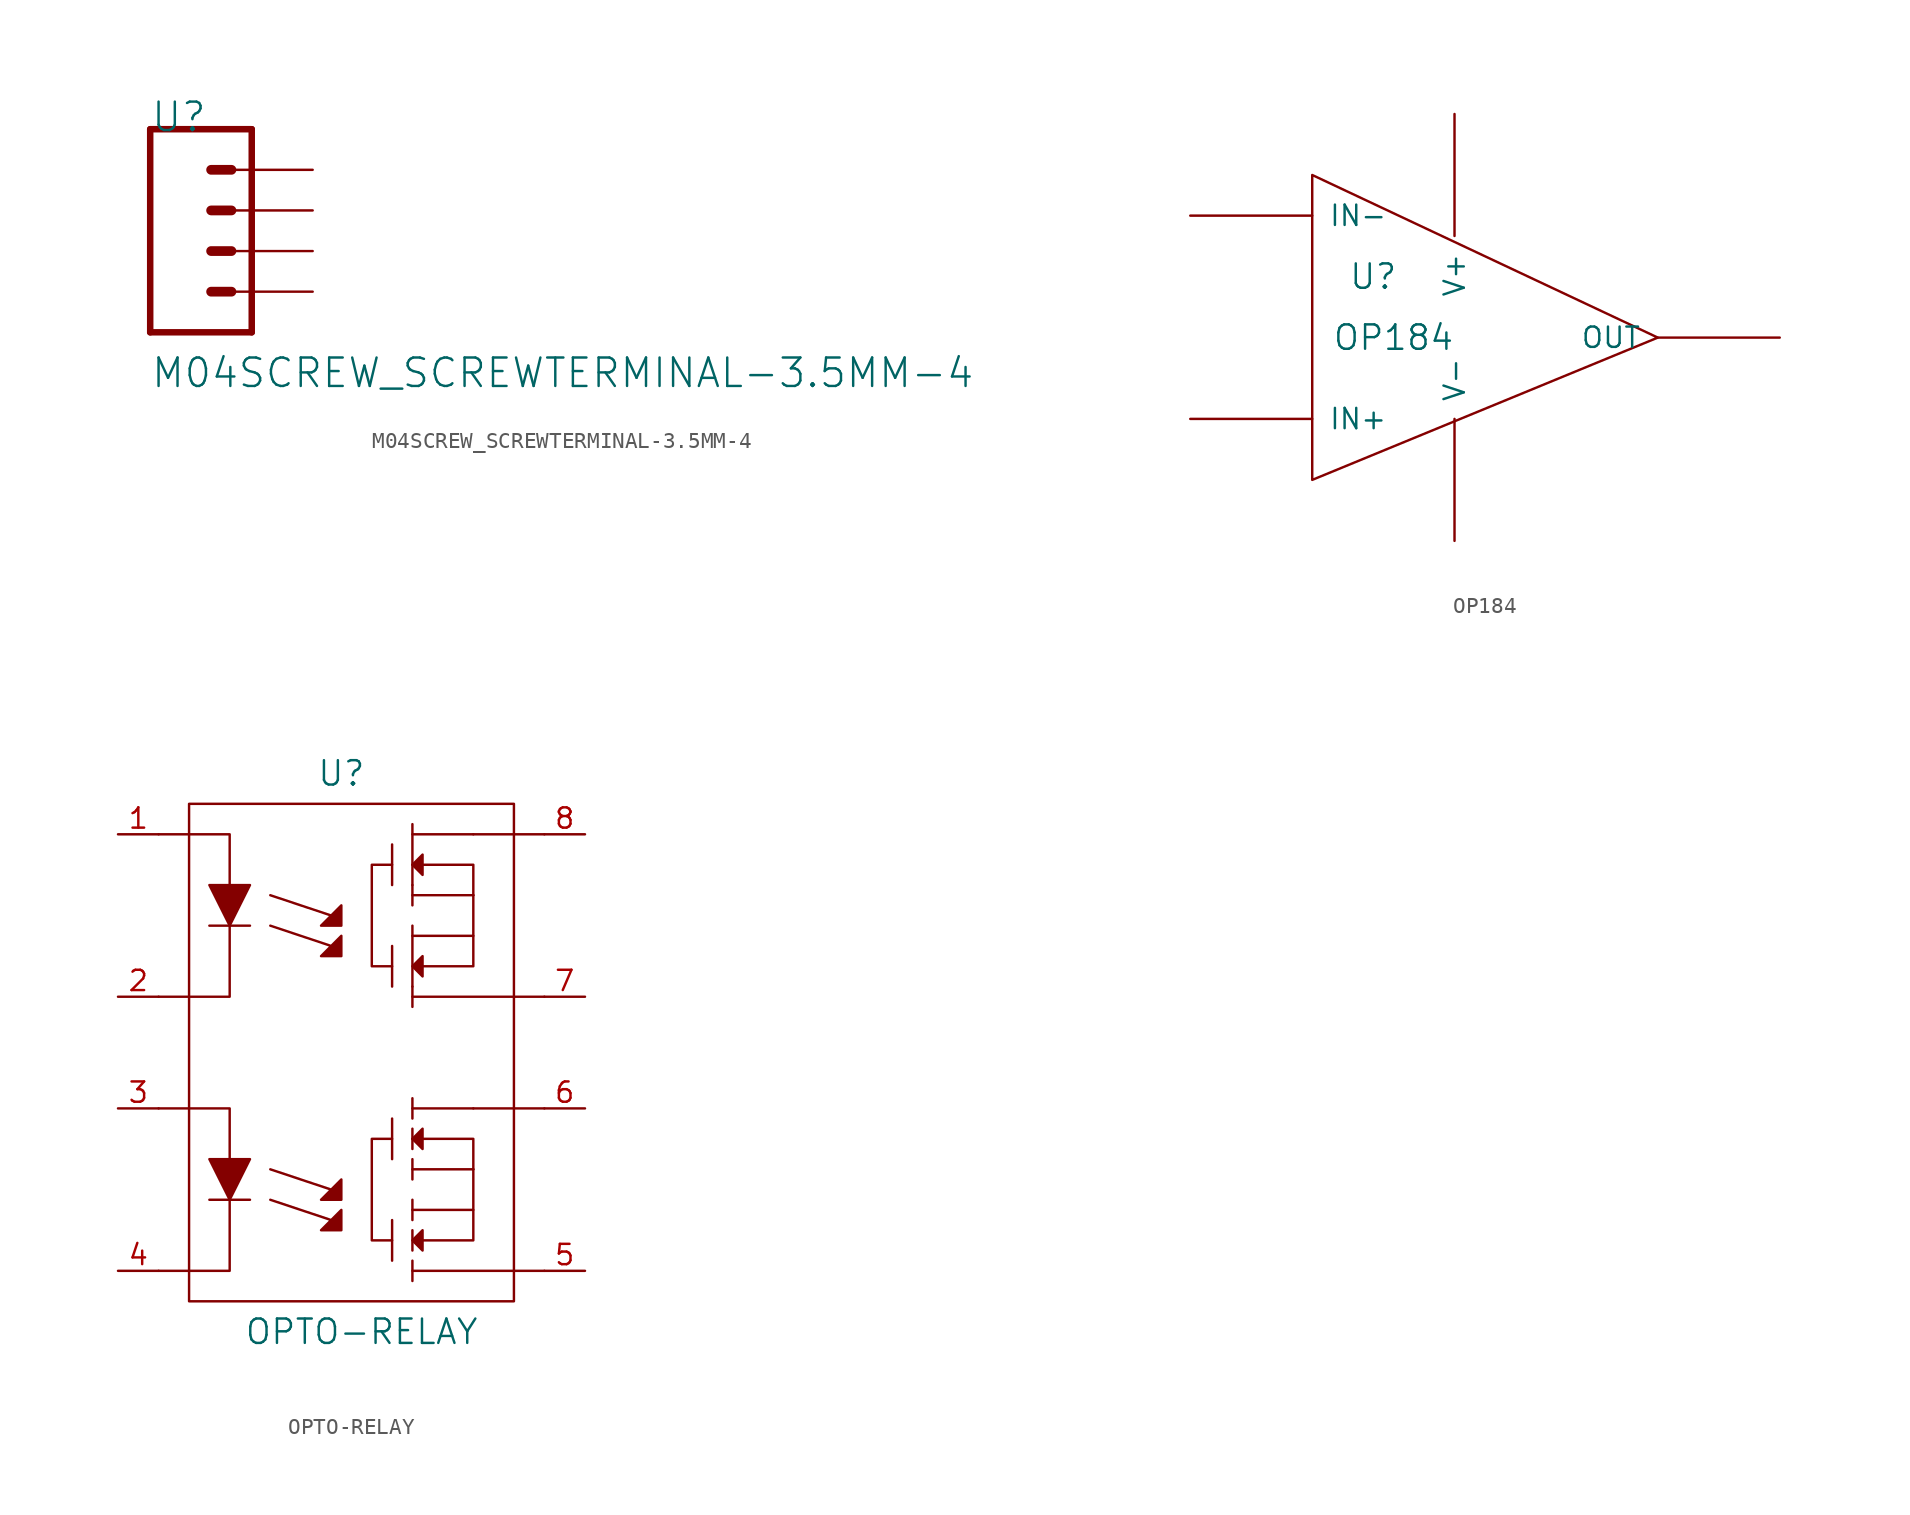
<source format=kicad_sym>
(kicad_symbol_lib
  (version 20211014)
  (generator kicad_symbol_editor)
  (symbol "M04SCREW_SCREWTERMINAL-3.5MM-4"
    (pin_names
      (offset 2.54))
    (property "Reference" "U"
      (at -7.62 8.382 0)
      (effects (font (size 1.778 1.778)) (justify left)))
    (property "Value" "M04SCREW_SCREWTERMINAL-3.5MM-4"
      (at -7.62 -7.62 0)
      (effects (font (size 1.778 1.778)) (justify left)))
    (property "Footprint" ""
      (at 0 0 0)
      (effects (font (size 1.524 1.524))))
    (property "Datasheet" ""
      (at 0 0 0)
      (effects (font (size 1.524 1.524))))
    (symbol "M04SCREW_SCREWTERMINAL-3.5MM-4_0_0"
      (polyline (pts (xy -7.62 7.62) (xy -7.62 -5.08)) (stroke (width 0.406) (type default) (color 0 0 0 0)) (fill (type none)))
      (polyline (pts (xy -7.62 7.62) (xy -1.27 7.62)) (stroke (width 0.406) (type default) (color 0 0 0 0)) (fill (type none)))
      (polyline (pts (xy -3.81 -2.54) (xy -2.54 -2.54)) (stroke (width 0.61) (type default) (color 0 0 0 0)) (fill (type none)))
      (polyline (pts (xy -3.81 0) (xy -2.54 0)) (stroke (width 0.61) (type default) (color 0 0 0 0)) (fill (type none)))
      (polyline (pts (xy -3.81 2.54) (xy -2.54 2.54)) (stroke (width 0.61) (type default) (color 0 0 0 0)) (fill (type none)))
      (polyline (pts (xy -3.81 5.08) (xy -2.54 5.08)) (stroke (width 0.61) (type default) (color 0 0 0 0)) (fill (type none)))
      (polyline (pts (xy -1.27 -5.08) (xy -7.62 -5.08)) (stroke (width 0.406) (type default) (color 0 0 0 0)) (fill (type none)))
      (polyline (pts (xy -1.27 -5.08) (xy -1.27 7.62)) (stroke (width 0.406) (type default) (color 0 0 0 0)) (fill (type none)))
      (pin passive line (at 2.54 -2.54 180) (length 5.08) (name "1" (effects (font (size 0 0)))) (number "1" (effects (font (size 0 0)))))
      (pin passive line (at 2.54 0 180) (length 5.08) (name "2" (effects (font (size 0 0)))) (number "2" (effects (font (size 0 0)))))
      (pin passive line (at 2.54 2.54 180) (length 5.08) (name "3" (effects (font (size 0 0)))) (number "3" (effects (font (size 0 0)))))
      (pin passive line (at 2.54 5.08 180) (length 5.08) (name "4" (effects (font (size 0 0)))) (number "4" (effects (font (size 0 0)))))))
  (symbol "OP184"
    (pin_names
      (offset 1.016))
    (property "Reference" "U"
      (at -5.08 3.81 0)
      (effects (font (size 1.524 1.524))))
    (property "Value" "OP184"
      (at -3.81 0 0)
      (effects (font (size 1.524 1.524))))
    (property "Footprint" ""
      (at 0 0 0)
      (effects (font (size 1.524 1.524))))
    (property "Datasheet" ""
      (at 0 0 0)
      (effects (font (size 1.524 1.524))))
    (symbol "OP184_0_1"
      (polyline (pts (xy -8.89 10.16) (xy 12.7 0) (xy -8.89 -8.89) (xy -8.89 10.16)) (stroke (width 0) (type default) (color 0 0 0 0)) (fill (type none))))
    (symbol "OP184_1_1"
      (pin input line (at 2.54 12.7 270) (length 7.62) hide (name "DNC" (effects (font (size 1.27 1.27)))) (number "~" (effects (font (size 1.27 1.27)))))
      (pin input line (at 5.08 11.43 270) (length 7.62) hide (name "DNC" (effects (font (size 1.27 1.27)))) (number "~" (effects (font (size 1.27 1.27)))))
      (pin input line (at -16.51 -5.08 0) (length 7.62) (name "IN+" (effects (font (size 1.27 1.27)))) (number "~" (effects (font (size 1.27 1.27)))))
      (pin input line (at -16.51 7.62 0) (length 7.62) (name "IN-" (effects (font (size 1.27 1.27)))) (number "~" (effects (font (size 1.27 1.27)))))
      (pin input line (at 6.35 -10.16 90) (length 7.62) hide (name "NC" (effects (font (size 1.27 1.27)))) (number "~" (effects (font (size 1.27 1.27)))))
      (pin output line (at 20.32 0 180) (length 7.62) (name "OUT" (effects (font (size 1.27 1.27)))) (number "~" (effects (font (size 1.27 1.27)))))
      (pin input line (at 0 13.97 270) (length 7.62) (name "V+" (effects (font (size 1.27 1.27)))) (number "~" (effects (font (size 1.27 1.27)))))
      (pin input line (at 0 -12.7 90) (length 7.62) (name "V-" (effects (font (size 1.27 1.27)))) (number "~" (effects (font (size 1.27 1.27)))))))
  (symbol "OPTO-RELAY"
    (pin_names
      (offset 0.762))
    (property "Reference" "U"
      (at -0.635 17.145 0)
      (effects (font (size 1.524 1.524))))
    (property "Value" "OPTO-RELAY"
      (at 0.635 -17.78 0)
      (effects (font (size 1.524 1.524))))
    (property "Footprint" ""
      (at 0 0 0)
      (effects (font (size 1.524 1.524))))
    (property "Datasheet" ""
      (at 0 0 0)
      (effects (font (size 1.524 1.524))))
    (symbol "OPTO-RELAY_0_1"
      (rectangle (start -10.16 15.24) (end 10.16 -15.875) (stroke (width 0) (type default) (color 0 0 0 0)) (fill (type none)))
      (polyline (pts (xy -8.89 -9.525) (xy -6.35 -9.525)) (stroke (width 0) (type default) (color 0 0 0 0)) (fill (type none)))
      (polyline (pts (xy -8.89 7.62) (xy -6.35 7.62)) (stroke (width 0) (type default) (color 0 0 0 0)) (fill (type none)))
      (polyline (pts (xy 2.54 -10.795) (xy 2.54 -13.335)) (stroke (width 0) (type default) (color 0 0 0 0)) (fill (type none)))
      (polyline (pts (xy 2.54 -4.445) (xy 2.54 -6.985)) (stroke (width 0) (type default) (color 0 0 0 0)) (fill (type none)))
      (polyline (pts (xy 2.54 6.35) (xy 2.54 3.81)) (stroke (width 0) (type default) (color 0 0 0 0)) (fill (type none)))
      (polyline (pts (xy 2.54 12.7) (xy 2.54 10.16)) (stroke (width 0) (type default) (color 0 0 0 0)) (fill (type none)))
      (polyline (pts (xy 3.81 -13.97) (xy 12.065 -13.97)) (stroke (width 0) (type default) (color 0 0 0 0)) (fill (type none)))
      (polyline (pts (xy 3.81 -13.335) (xy 3.81 -14.605)) (stroke (width 0) (type default) (color 0 0 0 0)) (fill (type none)))
      (polyline (pts (xy 3.81 -11.43) (xy 3.81 -12.7)) (stroke (width 0) (type default) (color 0 0 0 0)) (fill (type none)))
      (polyline (pts (xy 3.81 -9.525) (xy 3.81 -10.795)) (stroke (width 0) (type default) (color 0 0 0 0)) (fill (type none)))
      (polyline (pts (xy 3.81 -6.985) (xy 3.81 -8.255)) (stroke (width 0) (type default) (color 0 0 0 0)) (fill (type none)))
      (polyline (pts (xy 3.81 -3.175) (xy 3.81 -4.445)) (stroke (width 0) (type default) (color 0 0 0 0)) (fill (type none)))
      (polyline (pts (xy 3.81 3.175) (xy 12.065 3.175)) (stroke (width 0) (type default) (color 0 0 0 0)) (fill (type none)))
      (polyline (pts (xy 3.81 3.81) (xy 3.81 2.54)) (stroke (width 0) (type default) (color 0 0 0 0)) (fill (type none)))
      (polyline (pts (xy 3.81 10.16) (xy 3.81 8.89)) (stroke (width 0) (type default) (color 0 0 0 0)) (fill (type none)))
      (polyline (pts (xy 7.62 -7.62) (xy 3.81 -7.62)) (stroke (width 0) (type default) (color 0 0 0 0)) (fill (type none)))
      (polyline (pts (xy 7.62 -3.81) (xy 3.81 -3.81)) (stroke (width 0) (type default) (color 0 0 0 0)) (fill (type none)))
      (polyline (pts (xy 7.62 -3.81) (xy 12.065 -3.81)) (stroke (width 0) (type default) (color 0 0 0 0)) (fill (type none)))
      (polyline (pts (xy 7.62 9.525) (xy 3.81 9.525)) (stroke (width 0) (type default) (color 0 0 0 0)) (fill (type none)))
      (polyline (pts (xy 7.62 13.335) (xy 3.81 13.335)) (stroke (width 0) (type default) (color 0 0 0 0)) (fill (type none)))
      (polyline (pts (xy 7.62 13.335) (xy 12.065 13.335)) (stroke (width 0) (type default) (color 0 0 0 0)) (fill (type none)))
      (polyline (pts (xy -7.62 -9.525) (xy -7.62 -13.97) (xy -12.065 -13.97)) (stroke (width 0) (type default) (color 0 0 0 0)) (fill (type none)))
      (polyline (pts (xy -7.62 -6.985) (xy -7.62 -3.81) (xy -12.065 -3.81)) (stroke (width 0) (type default) (color 0 0 0 0)) (fill (type none)))
      (polyline (pts (xy -7.62 7.62) (xy -7.62 3.175) (xy -12.065 3.175)) (stroke (width 0) (type default) (color 0 0 0 0)) (fill (type none)))
      (polyline (pts (xy -7.62 10.16) (xy -7.62 13.335) (xy -12.065 13.335)) (stroke (width 0) (type default) (color 0 0 0 0)) (fill (type none)))
      (polyline (pts (xy 3.81 -10.16) (xy 7.62 -10.16) (xy 7.62 -7.62)) (stroke (width 0) (type default) (color 0 0 0 0)) (fill (type none)))
      (polyline (pts (xy 3.81 -5.08) (xy 3.81 -6.35) (xy 3.81 -5.08)) (stroke (width 0) (type default) (color 0 0 0 0)) (fill (type none)))
      (polyline (pts (xy 3.81 6.985) (xy 7.62 6.985) (xy 7.62 9.525)) (stroke (width 0) (type default) (color 0 0 0 0)) (fill (type none)))
      (polyline (pts (xy 3.81 7.62) (xy 3.81 5.08) (xy 3.81 3.81)) (stroke (width 0) (type default) (color 0 0 0 0)) (fill (type none)))
      (polyline (pts (xy 3.81 13.97) (xy 3.81 11.43) (xy 3.81 10.16)) (stroke (width 0) (type default) (color 0 0 0 0)) (fill (type none)))
      (polyline (pts (xy 4.445 -12.065) (xy 7.62 -12.065) (xy 7.62 -10.16)) (stroke (width 0) (type default) (color 0 0 0 0)) (fill (type none)))
      (polyline (pts (xy 4.445 5.08) (xy 7.62 5.08) (xy 7.62 6.985)) (stroke (width 0) (type default) (color 0 0 0 0)) (fill (type none)))
      (polyline (pts (xy 7.62 -7.62) (xy 7.62 -5.715) (xy 3.81 -5.715)) (stroke (width 0) (type default) (color 0 0 0 0)) (fill (type none)))
      (polyline (pts (xy 7.62 9.525) (xy 7.62 11.43) (xy 3.81 11.43)) (stroke (width 0) (type default) (color 0 0 0 0)) (fill (type none)))
      (polyline (pts (xy -8.89 -6.985) (xy -6.35 -6.985) (xy -7.62 -9.525) (xy -8.89 -6.985)) (stroke (width 0) (type default) (color 0 0 0 0)) (fill (type outline)))
      (polyline (pts (xy -8.89 10.16) (xy -6.35 10.16) (xy -7.62 7.62) (xy -8.89 10.16)) (stroke (width 0) (type default) (color 0 0 0 0)) (fill (type outline)))
      (polyline (pts (xy 2.54 -5.715) (xy 1.27 -5.715) (xy 1.27 -12.065) (xy 2.54 -12.065)) (stroke (width 0) (type default) (color 0 0 0 0)) (fill (type none)))
      (polyline (pts (xy 2.54 11.43) (xy 1.27 11.43) (xy 1.27 5.08) (xy 2.54 5.08)) (stroke (width 0) (type default) (color 0 0 0 0)) (fill (type none)))
      (polyline (pts (xy 4.445 -11.43) (xy 3.81 -12.065) (xy 4.445 -12.7) (xy 4.445 -11.43)) (stroke (width 0) (type default) (color 0 0 0 0)) (fill (type outline)))
      (polyline (pts (xy 4.445 -5.08) (xy 3.81 -5.715) (xy 4.445 -6.35) (xy 4.445 -5.08)) (stroke (width 0) (type default) (color 0 0 0 0)) (fill (type outline)))
      (polyline (pts (xy 4.445 5.715) (xy 3.81 5.08) (xy 4.445 4.445) (xy 4.445 5.715)) (stroke (width 0) (type default) (color 0 0 0 0)) (fill (type outline)))
      (polyline (pts (xy 4.445 12.065) (xy 3.81 11.43) (xy 4.445 10.795) (xy 4.445 12.065)) (stroke (width 0) (type default) (color 0 0 0 0)) (fill (type outline)))
      (polyline (pts (xy -5.08 -9.525) (xy -1.27 -10.795) (xy -0.635 -10.16) (xy -0.635 -11.43) (xy -1.905 -11.43) (xy -1.27 -10.795)) (stroke (width 0) (type default) (color 0 0 0 0)) (fill (type outline)))
      (polyline (pts (xy -5.08 -7.62) (xy -1.27 -8.89) (xy -0.635 -8.255) (xy -0.635 -9.525) (xy -1.905 -9.525) (xy -1.27 -8.89)) (stroke (width 0) (type default) (color 0 0 0 0)) (fill (type outline)))
      (polyline (pts (xy -5.08 7.62) (xy -1.27 6.35) (xy -0.635 6.985) (xy -0.635 5.715) (xy -1.905 5.715) (xy -1.27 6.35)) (stroke (width 0) (type default) (color 0 0 0 0)) (fill (type outline)))
      (polyline (pts (xy -5.08 9.525) (xy -1.27 8.255) (xy -0.635 8.89) (xy -0.635 7.62) (xy -1.905 7.62) (xy -1.27 8.255)) (stroke (width 0) (type default) (color 0 0 0 0)) (fill (type outline))))
    (symbol "OPTO-RELAY_1_1"
      (pin input line (at -14.605 13.335 0) (length 2.54) (name "~" (effects (font (size 1.27 1.27)))) (number "1" (effects (font (size 1.27 1.27)))))
      (pin input line (at -14.605 3.175 0) (length 2.54) (name "~" (effects (font (size 1.27 1.27)))) (number "2" (effects (font (size 1.27 1.27)))))
      (pin input line (at -14.605 -3.81 0) (length 2.54) (name "~" (effects (font (size 1.27 1.27)))) (number "3" (effects (font (size 1.27 1.27)))))
      (pin input line (at -14.605 -13.97 0) (length 2.54) (name "~" (effects (font (size 1.27 1.27)))) (number "4" (effects (font (size 1.27 1.27)))))
      (pin output line (at 14.605 -13.97 180) (length 2.54) (name "~" (effects (font (size 1.27 1.27)))) (number "5" (effects (font (size 1.27 1.27)))))
      (pin input line (at 14.605 -3.81 180) (length 2.54) (name "~" (effects (font (size 1.27 1.27)))) (number "6" (effects (font (size 1.27 1.27)))))
      (pin output line (at 14.605 3.175 180) (length 2.54) (name "~" (effects (font (size 1.27 1.27)))) (number "7" (effects (font (size 1.27 1.27)))))
      (pin input line (at 14.605 13.335 180) (length 2.54) (name "~" (effects (font (size 1.27 1.27)))) (number "8" (effects (font (size 1.27 1.27))))))))
</source>
